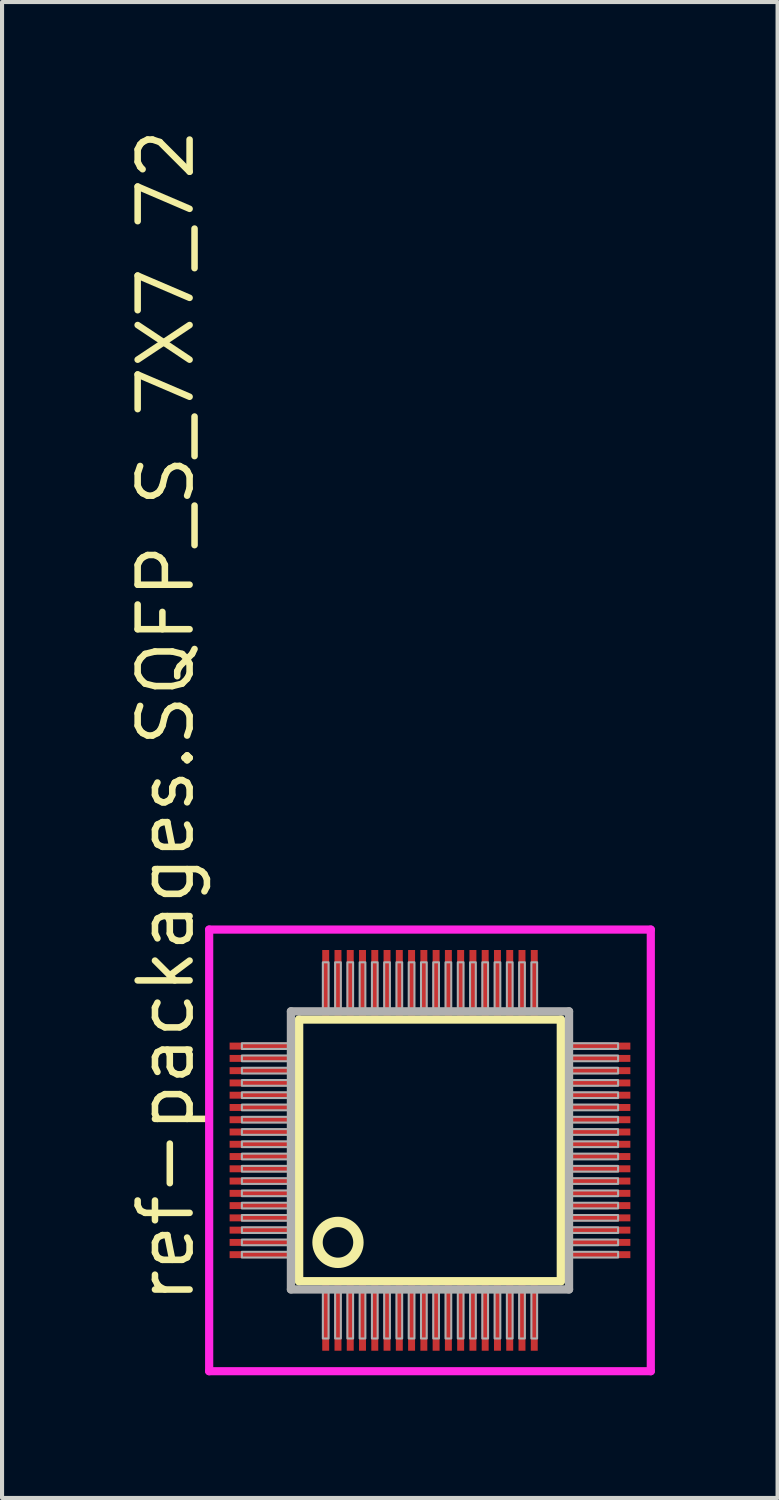
<source format=kicad_pcb>
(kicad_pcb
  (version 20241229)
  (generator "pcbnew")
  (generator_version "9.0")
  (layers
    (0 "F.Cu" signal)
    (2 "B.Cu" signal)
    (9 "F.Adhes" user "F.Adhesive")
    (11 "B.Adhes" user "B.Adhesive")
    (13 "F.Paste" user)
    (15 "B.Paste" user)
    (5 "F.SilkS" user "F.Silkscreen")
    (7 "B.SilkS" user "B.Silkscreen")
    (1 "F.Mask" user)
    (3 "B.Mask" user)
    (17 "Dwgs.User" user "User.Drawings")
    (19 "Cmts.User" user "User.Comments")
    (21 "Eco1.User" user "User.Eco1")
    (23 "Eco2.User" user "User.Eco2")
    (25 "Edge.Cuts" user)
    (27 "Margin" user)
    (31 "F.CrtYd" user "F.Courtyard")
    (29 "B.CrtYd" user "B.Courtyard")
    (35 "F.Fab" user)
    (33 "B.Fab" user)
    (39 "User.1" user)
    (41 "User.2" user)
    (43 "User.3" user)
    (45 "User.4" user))
  (footprint "ref-packages.SQFP_S_7X7_72"
    (layer "F.Cu")
    (at 7.465 25.082)
    (property "Reference" "ref-packages.SQFP_S_7X7_72" (at -5.715 3.81 90) (layer "F.SilkS") (effects (font (size 1.27 1.27) (thickness 0.16)) (justify left bottom)))
    (attr smd)
    (fp_line (start -3.2 -3.2) (end 3.2 -3.2) (stroke (width 0.203) (type default)) (layer "F.SilkS"))
    (fp_line (start -3.2 3.2) (end -3.2 -3.2) (stroke (width 0.203) (type default)) (layer "F.SilkS"))
    (fp_line (start 3.2 -3.2) (end 3.2 3.2) (stroke (width 0.203) (type default)) (layer "F.SilkS"))
    (fp_line (start 3.2 3.2) (end -3.2 3.2) (stroke (width 0.203) (type default)) (layer "F.SilkS"))
    (fp_circle (center -2.25 2.25) (end -1.75 2.25) (stroke (width 0.254) (type default)) (fill no) (layer "F.SilkS"))
    (fp_line (start -5.4 -5.4) (end 5.4 -5.4) (stroke (width 0.2) (type default)) (layer "F.CrtYd"))
    (fp_line (start -5.4 5.4) (end -5.4 -5.4) (stroke (width 0.2) (type default)) (layer "F.CrtYd"))
    (fp_line (start 5.4 -5.4) (end 5.4 5.4) (stroke (width 0.2) (type default)) (layer "F.CrtYd"))
    (fp_line (start 5.4 5.4) (end -5.4 5.4) (stroke (width 0.2) (type default)) (layer "F.CrtYd"))
    (fp_line (start -3.4 -3.4) (end -3.4 3.4) (stroke (width 0.203) (type default)) (layer "F.Fab"))
    (fp_line (start -3.4 3.4) (end 3.4 3.4) (stroke (width 0.203) (type default)) (layer "F.Fab"))
    (fp_line (start 3.4 -3.4) (end -3.4 -3.4) (stroke (width 0.203) (type default)) (layer "F.Fab"))
    (fp_line (start 3.4 3.4) (end 3.4 -3.4) (stroke (width 0.203) (type default)) (layer "F.Fab"))
    (fp_rect (start -4.6 -2.48) (end -3.45 -2.62) (stroke (width 0.05) (type default)) (fill no) (layer "F.Fab"))
    (fp_rect (start -4.6 -2.18) (end -3.45 -2.32) (stroke (width 0.05) (type default)) (fill no) (layer "F.Fab"))
    (fp_rect (start -4.6 -1.88) (end -3.45 -2.02) (stroke (width 0.05) (type default)) (fill no) (layer "F.Fab"))
    (fp_rect (start -4.6 -1.58) (end -3.45 -1.72) (stroke (width 0.05) (type default)) (fill no) (layer "F.Fab"))
    (fp_rect (start -4.6 -1.28) (end -3.45 -1.42) (stroke (width 0.05) (type default)) (fill no) (layer "F.Fab"))
    (fp_rect (start -4.6 -0.98) (end -3.45 -1.12) (stroke (width 0.05) (type default)) (fill no) (layer "F.Fab"))
    (fp_rect (start -4.6 -0.68) (end -3.45 -0.82) (stroke (width 0.05) (type default)) (fill no) (layer "F.Fab"))
    (fp_rect (start -4.6 -0.38) (end -3.45 -0.52) (stroke (width 0.05) (type default)) (fill no) (layer "F.Fab"))
    (fp_rect (start -4.6 -0.08) (end -3.45 -0.22) (stroke (width 0.05) (type default)) (fill no) (layer "F.Fab"))
    (fp_rect (start -4.6 0.22) (end -3.45 0.08) (stroke (width 0.05) (type default)) (fill no) (layer "F.Fab"))
    (fp_rect (start -4.6 0.52) (end -3.45 0.38) (stroke (width 0.05) (type default)) (fill no) (layer "F.Fab"))
    (fp_rect (start -4.6 0.82) (end -3.45 0.68) (stroke (width 0.05) (type default)) (fill no) (layer "F.Fab"))
    (fp_rect (start -4.6 1.12) (end -3.45 0.98) (stroke (width 0.05) (type default)) (fill no) (layer "F.Fab"))
    (fp_rect (start -4.6 1.42) (end -3.45 1.28) (stroke (width 0.05) (type default)) (fill no) (layer "F.Fab"))
    (fp_rect (start -4.6 1.72) (end -3.45 1.58) (stroke (width 0.05) (type default)) (fill no) (layer "F.Fab"))
    (fp_rect (start -4.6 2.02) (end -3.45 1.88) (stroke (width 0.05) (type default)) (fill no) (layer "F.Fab"))
    (fp_rect (start -4.6 2.32) (end -3.45 2.18) (stroke (width 0.05) (type default)) (fill no) (layer "F.Fab"))
    (fp_rect (start -4.6 2.62) (end -3.45 2.48) (stroke (width 0.05) (type default)) (fill no) (layer "F.Fab"))
    (fp_rect (start -2.62 -3.45) (end -2.48 -4.6) (stroke (width 0.05) (type default)) (fill no) (layer "F.Fab"))
    (fp_rect (start -2.62 4.6) (end -2.48 3.45) (stroke (width 0.05) (type default)) (fill no) (layer "F.Fab"))
    (fp_rect (start -2.32 -3.45) (end -2.18 -4.6) (stroke (width 0.05) (type default)) (fill no) (layer "F.Fab"))
    (fp_rect (start -2.32 4.6) (end -2.18 3.45) (stroke (width 0.05) (type default)) (fill no) (layer "F.Fab"))
    (fp_rect (start -2.02 -3.45) (end -1.88 -4.6) (stroke (width 0.05) (type default)) (fill no) (layer "F.Fab"))
    (fp_rect (start -2.02 4.6) (end -1.88 3.45) (stroke (width 0.05) (type default)) (fill no) (layer "F.Fab"))
    (fp_rect (start -1.72 -3.45) (end -1.58 -4.6) (stroke (width 0.05) (type default)) (fill no) (layer "F.Fab"))
    (fp_rect (start -1.72 4.6) (end -1.58 3.45) (stroke (width 0.05) (type default)) (fill no) (layer "F.Fab"))
    (fp_rect (start -1.42 -3.45) (end -1.28 -4.6) (stroke (width 0.05) (type default)) (fill no) (layer "F.Fab"))
    (fp_rect (start -1.42 4.6) (end -1.28 3.45) (stroke (width 0.05) (type default)) (fill no) (layer "F.Fab"))
    (fp_rect (start -1.12 -3.45) (end -0.98 -4.6) (stroke (width 0.05) (type default)) (fill no) (layer "F.Fab"))
    (fp_rect (start -1.12 4.6) (end -0.98 3.45) (stroke (width 0.05) (type default)) (fill no) (layer "F.Fab"))
    (fp_rect (start -0.82 -3.45) (end -0.68 -4.6) (stroke (width 0.05) (type default)) (fill no) (layer "F.Fab"))
    (fp_rect (start -0.82 4.6) (end -0.68 3.45) (stroke (width 0.05) (type default)) (fill no) (layer "F.Fab"))
    (fp_rect (start -0.52 -3.45) (end -0.38 -4.6) (stroke (width 0.05) (type default)) (fill no) (layer "F.Fab"))
    (fp_rect (start -0.52 4.6) (end -0.38 3.45) (stroke (width 0.05) (type default)) (fill no) (layer "F.Fab"))
    (fp_rect (start -0.22 -3.45) (end -0.08 -4.6) (stroke (width 0.05) (type default)) (fill no) (layer "F.Fab"))
    (fp_rect (start -0.22 4.6) (end -0.08 3.45) (stroke (width 0.05) (type default)) (fill no) (layer "F.Fab"))
    (fp_rect (start 0.08 -3.45) (end 0.22 -4.6) (stroke (width 0.05) (type default)) (fill no) (layer "F.Fab"))
    (fp_rect (start 0.08 4.6) (end 0.22 3.45) (stroke (width 0.05) (type default)) (fill no) (layer "F.Fab"))
    (fp_rect (start 0.38 -3.45) (end 0.52 -4.6) (stroke (width 0.05) (type default)) (fill no) (layer "F.Fab"))
    (fp_rect (start 0.38 4.6) (end 0.52 3.45) (stroke (width 0.05) (type default)) (fill no) (layer "F.Fab"))
    (fp_rect (start 0.68 -3.45) (end 0.82 -4.6) (stroke (width 0.05) (type default)) (fill no) (layer "F.Fab"))
    (fp_rect (start 0.68 4.6) (end 0.82 3.45) (stroke (width 0.05) (type default)) (fill no) (layer "F.Fab"))
    (fp_rect (start 0.98 -3.45) (end 1.12 -4.6) (stroke (width 0.05) (type default)) (fill no) (layer "F.Fab"))
    (fp_rect (start 0.98 4.6) (end 1.12 3.45) (stroke (width 0.05) (type default)) (fill no) (layer "F.Fab"))
    (fp_rect (start 1.28 -3.45) (end 1.42 -4.6) (stroke (width 0.05) (type default)) (fill no) (layer "F.Fab"))
    (fp_rect (start 1.28 4.6) (end 1.42 3.45) (stroke (width 0.05) (type default)) (fill no) (layer "F.Fab"))
    (fp_rect (start 1.58 -3.45) (end 1.72 -4.6) (stroke (width 0.05) (type default)) (fill no) (layer "F.Fab"))
    (fp_rect (start 1.58 4.6) (end 1.72 3.45) (stroke (width 0.05) (type default)) (fill no) (layer "F.Fab"))
    (fp_rect (start 1.88 -3.45) (end 2.02 -4.6) (stroke (width 0.05) (type default)) (fill no) (layer "F.Fab"))
    (fp_rect (start 1.88 4.6) (end 2.02 3.45) (stroke (width 0.05) (type default)) (fill no) (layer "F.Fab"))
    (fp_rect (start 2.18 -3.45) (end 2.32 -4.6) (stroke (width 0.05) (type default)) (fill no) (layer "F.Fab"))
    (fp_rect (start 2.18 4.6) (end 2.32 3.45) (stroke (width 0.05) (type default)) (fill no) (layer "F.Fab"))
    (fp_rect (start 2.48 -3.45) (end 2.62 -4.6) (stroke (width 0.05) (type default)) (fill no) (layer "F.Fab"))
    (fp_rect (start 2.48 4.6) (end 2.62 3.45) (stroke (width 0.05) (type default)) (fill no) (layer "F.Fab"))
    (fp_rect (start 3.45 -2.48) (end 4.6 -2.62) (stroke (width 0.05) (type default)) (fill no) (layer "F.Fab"))
    (fp_rect (start 3.45 -2.18) (end 4.6 -2.32) (stroke (width 0.05) (type default)) (fill no) (layer "F.Fab"))
    (fp_rect (start 3.45 -1.88) (end 4.6 -2.02) (stroke (width 0.05) (type default)) (fill no) (layer "F.Fab"))
    (fp_rect (start 3.45 -1.58) (end 4.6 -1.72) (stroke (width 0.05) (type default)) (fill no) (layer "F.Fab"))
    (fp_rect (start 3.45 -1.28) (end 4.6 -1.42) (stroke (width 0.05) (type default)) (fill no) (layer "F.Fab"))
    (fp_rect (start 3.45 -0.98) (end 4.6 -1.12) (stroke (width 0.05) (type default)) (fill no) (layer "F.Fab"))
    (fp_rect (start 3.45 -0.68) (end 4.6 -0.82) (stroke (width 0.05) (type default)) (fill no) (layer "F.Fab"))
    (fp_rect (start 3.45 -0.38) (end 4.6 -0.52) (stroke (width 0.05) (type default)) (fill no) (layer "F.Fab"))
    (fp_rect (start 3.45 -0.08) (end 4.6 -0.22) (stroke (width 0.05) (type default)) (fill no) (layer "F.Fab"))
    (fp_rect (start 3.45 0.22) (end 4.6 0.08) (stroke (width 0.05) (type default)) (fill no) (layer "F.Fab"))
    (fp_rect (start 3.45 0.52) (end 4.6 0.38) (stroke (width 0.05) (type default)) (fill no) (layer "F.Fab"))
    (fp_rect (start 3.45 0.82) (end 4.6 0.68) (stroke (width 0.05) (type default)) (fill no) (layer "F.Fab"))
    (fp_rect (start 3.45 1.12) (end 4.6 0.98) (stroke (width 0.05) (type default)) (fill no) (layer "F.Fab"))
    (fp_rect (start 3.45 1.42) (end 4.6 1.28) (stroke (width 0.05) (type default)) (fill no) (layer "F.Fab"))
    (fp_rect (start 3.45 1.72) (end 4.6 1.58) (stroke (width 0.05) (type default)) (fill no) (layer "F.Fab"))
    (fp_rect (start 3.45 2.02) (end 4.6 1.88) (stroke (width 0.05) (type default)) (fill no) (layer "F.Fab"))
    (fp_rect (start 3.45 2.32) (end 4.6 2.18) (stroke (width 0.05) (type default)) (fill no) (layer "F.Fab"))
    (fp_rect (start 3.45 2.62) (end 4.6 2.48) (stroke (width 0.05) (type default)) (fill no) (layer "F.Fab"))
    (pad "1" smd roundrect (at -2.55 4.1) (size 0.17 1.6) (layers "F.Cu" "F.Mask" "F.Paste") (roundrect_rratio 0.01))
    (pad "2" smd roundrect (at -2.25 4.1) (size 0.17 1.6) (layers "F.Cu" "F.Mask" "F.Paste") (roundrect_rratio 0.01))
    (pad "3" smd roundrect (at -1.95 4.1) (size 0.17 1.6) (layers "F.Cu" "F.Mask" "F.Paste") (roundrect_rratio 0.01))
    (pad "4" smd roundrect (at -1.65 4.1) (size 0.17 1.6) (layers "F.Cu" "F.Mask" "F.Paste") (roundrect_rratio 0.01))
    (pad "5" smd roundrect (at -1.35 4.1) (size 0.17 1.6) (layers "F.Cu" "F.Mask" "F.Paste") (roundrect_rratio 0.01))
    (pad "6" smd roundrect (at -1.05 4.1) (size 0.17 1.6) (layers "F.Cu" "F.Mask" "F.Paste") (roundrect_rratio 0.01))
    (pad "7" smd roundrect (at -0.75 4.1) (size 0.17 1.6) (layers "F.Cu" "F.Mask" "F.Paste") (roundrect_rratio 0.01))
    (pad "8" smd roundrect (at -0.45 4.1) (size 0.17 1.6) (layers "F.Cu" "F.Mask" "F.Paste") (roundrect_rratio 0.01))
    (pad "9" smd roundrect (at -0.15 4.1) (size 0.17 1.6) (layers "F.Cu" "F.Mask" "F.Paste") (roundrect_rratio 0.01))
    (pad "10" smd roundrect (at 0.15 4.1) (size 0.17 1.6) (layers "F.Cu" "F.Mask" "F.Paste") (roundrect_rratio 0.01))
    (pad "11" smd roundrect (at 0.45 4.1) (size 0.17 1.6) (layers "F.Cu" "F.Mask" "F.Paste") (roundrect_rratio 0.01))
    (pad "12" smd roundrect (at 0.75 4.1) (size 0.17 1.6) (layers "F.Cu" "F.Mask" "F.Paste") (roundrect_rratio 0.01))
    (pad "13" smd roundrect (at 1.05 4.1) (size 0.17 1.6) (layers "F.Cu" "F.Mask" "F.Paste") (roundrect_rratio 0.01))
    (pad "14" smd roundrect (at 1.35 4.1) (size 0.17 1.6) (layers "F.Cu" "F.Mask" "F.Paste") (roundrect_rratio 0.01))
    (pad "15" smd roundrect (at 1.65 4.1) (size 0.17 1.6) (layers "F.Cu" "F.Mask" "F.Paste") (roundrect_rratio 0.01))
    (pad "16" smd roundrect (at 1.95 4.1) (size 0.17 1.6) (layers "F.Cu" "F.Mask" "F.Paste") (roundrect_rratio 0.01))
    (pad "17" smd roundrect (at 2.25 4.1) (size 0.17 1.6) (layers "F.Cu" "F.Mask" "F.Paste") (roundrect_rratio 0.01))
    (pad "18" smd roundrect (at 2.55 4.1) (size 0.17 1.6) (layers "F.Cu" "F.Mask" "F.Paste") (roundrect_rratio 0.01))
    (pad "19" smd roundrect (at 4.1 2.55) (size 1.6 0.17) (layers "F.Cu" "F.Mask" "F.Paste") (roundrect_rratio 0.01))
    (pad "20" smd roundrect (at 4.1 2.25) (size 1.6 0.17) (layers "F.Cu" "F.Mask" "F.Paste") (roundrect_rratio 0.01))
    (pad "21" smd roundrect (at 4.1 1.95) (size 1.6 0.17) (layers "F.Cu" "F.Mask" "F.Paste") (roundrect_rratio 0.01))
    (pad "22" smd roundrect (at 4.1 1.65) (size 1.6 0.17) (layers "F.Cu" "F.Mask" "F.Paste") (roundrect_rratio 0.01))
    (pad "23" smd roundrect (at 4.1 1.35) (size 1.6 0.17) (layers "F.Cu" "F.Mask" "F.Paste") (roundrect_rratio 0.01))
    (pad "24" smd roundrect (at 4.1 1.05) (size 1.6 0.17) (layers "F.Cu" "F.Mask" "F.Paste") (roundrect_rratio 0.01))
    (pad "25" smd roundrect (at 4.1 0.75) (size 1.6 0.17) (layers "F.Cu" "F.Mask" "F.Paste") (roundrect_rratio 0.01))
    (pad "26" smd roundrect (at 4.1 0.45) (size 1.6 0.17) (layers "F.Cu" "F.Mask" "F.Paste") (roundrect_rratio 0.01))
    (pad "27" smd roundrect (at 4.1 0.15) (size 1.6 0.17) (layers "F.Cu" "F.Mask" "F.Paste") (roundrect_rratio 0.01))
    (pad "28" smd roundrect (at 4.1 -0.15) (size 1.6 0.17) (layers "F.Cu" "F.Mask" "F.Paste") (roundrect_rratio 0.01))
    (pad "29" smd roundrect (at 4.1 -0.45) (size 1.6 0.17) (layers "F.Cu" "F.Mask" "F.Paste") (roundrect_rratio 0.01))
    (pad "30" smd roundrect (at 4.1 -0.75) (size 1.6 0.17) (layers "F.Cu" "F.Mask" "F.Paste") (roundrect_rratio 0.01))
    (pad "31" smd roundrect (at 4.1 -1.05) (size 1.6 0.17) (layers "F.Cu" "F.Mask" "F.Paste") (roundrect_rratio 0.01))
    (pad "32" smd roundrect (at 4.1 -1.35) (size 1.6 0.17) (layers "F.Cu" "F.Mask" "F.Paste") (roundrect_rratio 0.01))
    (pad "33" smd roundrect (at 4.1 -1.65) (size 1.6 0.17) (layers "F.Cu" "F.Mask" "F.Paste") (roundrect_rratio 0.01))
    (pad "34" smd roundrect (at 4.1 -1.95) (size 1.6 0.17) (layers "F.Cu" "F.Mask" "F.Paste") (roundrect_rratio 0.01))
    (pad "35" smd roundrect (at 4.1 -2.25) (size 1.6 0.17) (layers "F.Cu" "F.Mask" "F.Paste") (roundrect_rratio 0.01))
    (pad "36" smd roundrect (at 4.1 -2.55) (size 1.6 0.17) (layers "F.Cu" "F.Mask" "F.Paste") (roundrect_rratio 0.01))
    (pad "37" smd roundrect (at 2.55 -4.1) (size 0.17 1.6) (layers "F.Cu" "F.Mask" "F.Paste") (roundrect_rratio 0.01))
    (pad "38" smd roundrect (at 2.25 -4.1) (size 0.17 1.6) (layers "F.Cu" "F.Mask" "F.Paste") (roundrect_rratio 0.01))
    (pad "39" smd roundrect (at 1.95 -4.1) (size 0.17 1.6) (layers "F.Cu" "F.Mask" "F.Paste") (roundrect_rratio 0.01))
    (pad "40" smd roundrect (at 1.65 -4.1) (size 0.17 1.6) (layers "F.Cu" "F.Mask" "F.Paste") (roundrect_rratio 0.01))
    (pad "41" smd roundrect (at 1.35 -4.1) (size 0.17 1.6) (layers "F.Cu" "F.Mask" "F.Paste") (roundrect_rratio 0.01))
    (pad "42" smd roundrect (at 1.05 -4.1) (size 0.17 1.6) (layers "F.Cu" "F.Mask" "F.Paste") (roundrect_rratio 0.01))
    (pad "43" smd roundrect (at 0.75 -4.1) (size 0.17 1.6) (layers "F.Cu" "F.Mask" "F.Paste") (roundrect_rratio 0.01))
    (pad "44" smd roundrect (at 0.45 -4.1) (size 0.17 1.6) (layers "F.Cu" "F.Mask" "F.Paste") (roundrect_rratio 0.01))
    (pad "45" smd roundrect (at 0.15 -4.1) (size 0.17 1.6) (layers "F.Cu" "F.Mask" "F.Paste") (roundrect_rratio 0.01))
    (pad "46" smd roundrect (at -0.15 -4.1) (size 0.17 1.6) (layers "F.Cu" "F.Mask" "F.Paste") (roundrect_rratio 0.01))
    (pad "47" smd roundrect (at -0.45 -4.1) (size 0.17 1.6) (layers "F.Cu" "F.Mask" "F.Paste") (roundrect_rratio 0.01))
    (pad "48" smd roundrect (at -0.75 -4.1) (size 0.17 1.6) (layers "F.Cu" "F.Mask" "F.Paste") (roundrect_rratio 0.01))
    (pad "49" smd roundrect (at -1.05 -4.1) (size 0.17 1.6) (layers "F.Cu" "F.Mask" "F.Paste") (roundrect_rratio 0.01))
    (pad "50" smd roundrect (at -1.35 -4.1) (size 0.17 1.6) (layers "F.Cu" "F.Mask" "F.Paste") (roundrect_rratio 0.01))
    (pad "51" smd roundrect (at -1.65 -4.1) (size 0.17 1.6) (layers "F.Cu" "F.Mask" "F.Paste") (roundrect_rratio 0.01))
    (pad "52" smd roundrect (at -1.95 -4.1) (size 0.17 1.6) (layers "F.Cu" "F.Mask" "F.Paste") (roundrect_rratio 0.01))
    (pad "53" smd roundrect (at -2.25 -4.1) (size 0.17 1.6) (layers "F.Cu" "F.Mask" "F.Paste") (roundrect_rratio 0.01))
    (pad "54" smd roundrect (at -2.55 -4.1) (size 0.17 1.6) (layers "F.Cu" "F.Mask" "F.Paste") (roundrect_rratio 0.01))
    (pad "55" smd roundrect (at -4.1 -2.55) (size 1.6 0.17) (layers "F.Cu" "F.Mask" "F.Paste") (roundrect_rratio 0.01))
    (pad "56" smd roundrect (at -4.1 -2.25) (size 1.6 0.17) (layers "F.Cu" "F.Mask" "F.Paste") (roundrect_rratio 0.01))
    (pad "57" smd roundrect (at -4.1 -1.95) (size 1.6 0.17) (layers "F.Cu" "F.Mask" "F.Paste") (roundrect_rratio 0.01))
    (pad "58" smd roundrect (at -4.1 -1.65) (size 1.6 0.17) (layers "F.Cu" "F.Mask" "F.Paste") (roundrect_rratio 0.01))
    (pad "59" smd roundrect (at -4.1 -1.35) (size 1.6 0.17) (layers "F.Cu" "F.Mask" "F.Paste") (roundrect_rratio 0.01))
    (pad "60" smd roundrect (at -4.1 -1.05) (size 1.6 0.17) (layers "F.Cu" "F.Mask" "F.Paste") (roundrect_rratio 0.01))
    (pad "61" smd roundrect (at -4.1 -0.75) (size 1.6 0.17) (layers "F.Cu" "F.Mask" "F.Paste") (roundrect_rratio 0.01))
    (pad "62" smd roundrect (at -4.1 -0.45) (size 1.6 0.17) (layers "F.Cu" "F.Mask" "F.Paste") (roundrect_rratio 0.01))
    (pad "63" smd roundrect (at -4.1 -0.15) (size 1.6 0.17) (layers "F.Cu" "F.Mask" "F.Paste") (roundrect_rratio 0.01))
    (pad "64" smd roundrect (at -4.1 0.15) (size 1.6 0.17) (layers "F.Cu" "F.Mask" "F.Paste") (roundrect_rratio 0.01))
    (pad "65" smd roundrect (at -4.1 0.45) (size 1.6 0.17) (layers "F.Cu" "F.Mask" "F.Paste") (roundrect_rratio 0.01))
    (pad "66" smd roundrect (at -4.1 0.75) (size 1.6 0.17) (layers "F.Cu" "F.Mask" "F.Paste") (roundrect_rratio 0.01))
    (pad "67" smd roundrect (at -4.1 1.05) (size 1.6 0.17) (layers "F.Cu" "F.Mask" "F.Paste") (roundrect_rratio 0.01))
    (pad "68" smd roundrect (at -4.1 1.35) (size 1.6 0.17) (layers "F.Cu" "F.Mask" "F.Paste") (roundrect_rratio 0.01))
    (pad "69" smd roundrect (at -4.1 1.65) (size 1.6 0.17) (layers "F.Cu" "F.Mask" "F.Paste") (roundrect_rratio 0.01))
    (pad "70" smd roundrect (at -4.1 1.95) (size 1.6 0.17) (layers "F.Cu" "F.Mask" "F.Paste") (roundrect_rratio 0.01))
    (pad "71" smd roundrect (at -4.1 2.25) (size 1.6 0.17) (layers "F.Cu" "F.Mask" "F.Paste") (roundrect_rratio 0.01))
    (pad "72" smd roundrect (at -4.1 2.55) (size 1.6 0.17) (layers "F.Cu" "F.Mask" "F.Paste") (roundrect_rratio 0.01)))
  (gr_rect
    (start -3 -3)
    (end 15.965 33.582)
    (stroke (width 0.1) (type default))
    (fill no)
    (layer "Edge.Cuts")))
</source>
